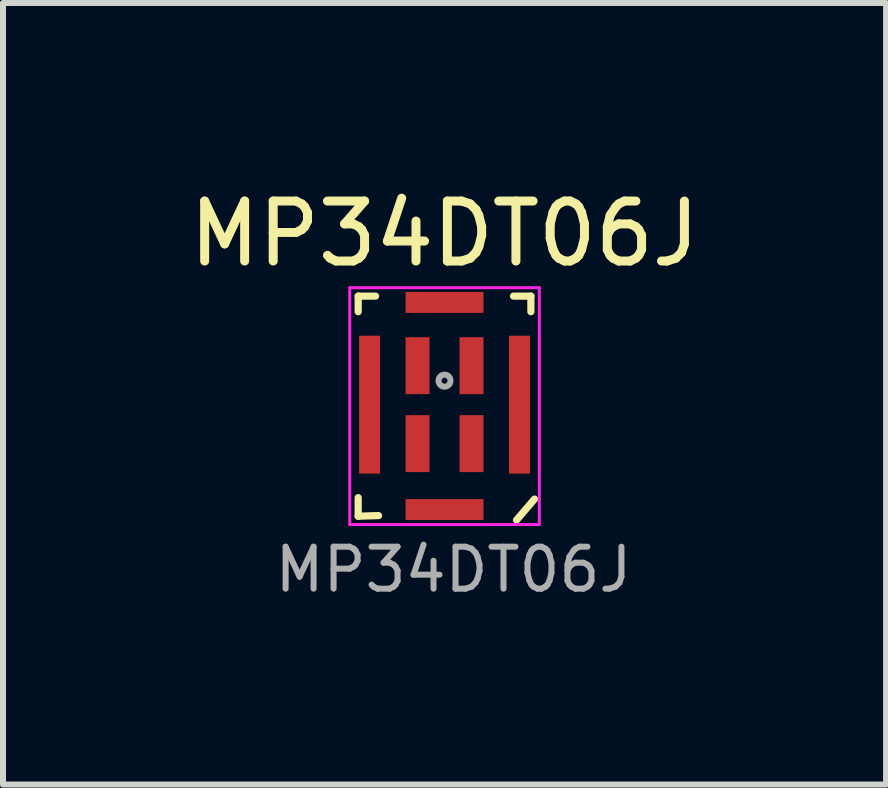
<source format=kicad_pcb>
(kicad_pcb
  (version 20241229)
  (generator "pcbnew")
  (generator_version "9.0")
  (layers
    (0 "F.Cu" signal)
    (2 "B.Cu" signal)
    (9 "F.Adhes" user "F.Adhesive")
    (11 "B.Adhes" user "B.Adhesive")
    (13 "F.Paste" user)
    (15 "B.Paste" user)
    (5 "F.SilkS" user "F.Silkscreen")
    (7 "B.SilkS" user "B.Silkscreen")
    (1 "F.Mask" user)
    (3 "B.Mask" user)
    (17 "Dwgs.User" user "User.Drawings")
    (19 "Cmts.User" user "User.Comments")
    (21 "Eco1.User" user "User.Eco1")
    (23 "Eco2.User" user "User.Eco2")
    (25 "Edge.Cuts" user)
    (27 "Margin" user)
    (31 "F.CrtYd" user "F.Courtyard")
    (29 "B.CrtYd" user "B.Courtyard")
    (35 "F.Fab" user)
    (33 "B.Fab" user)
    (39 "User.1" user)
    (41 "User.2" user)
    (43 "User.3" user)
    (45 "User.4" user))
  (footprint "MP34DT06J"
    (layer "F.Cu")
    (at 4.363 3.748)
    (property "Reference" "MP34DT06J" (at 0 -2.9 180) (layer "F.SilkS") (effects (font (size 1 1) (thickness 0.15))))
    (attr smd)
    (fp_line (start -1.44 -1.86) (end -1.44 -1.6) (stroke (width 0.12) (type solid)) (layer "F.SilkS"))
    (fp_line (start -1.44 1.5) (end -1.44 1.81) (stroke (width 0.12) (type solid)) (layer "F.SilkS"))
    (fp_line (start -1.15 -1.86) (end -1.44 -1.86) (stroke (width 0.12) (type solid)) (layer "F.SilkS"))
    (fp_line (start -1.1 1.8) (end -1.44 1.81) (stroke (width 0.12) (type solid)) (layer "F.SilkS"))
    (fp_line (start 1.44 -1.86) (end 1.15 -1.86) (stroke (width 0.12) (type solid)) (layer "F.SilkS"))
    (fp_line (start 1.44 -1.86) (end 1.44 -1.6) (stroke (width 0.12) (type solid)) (layer "F.SilkS"))
    (fp_line (start 1.5 1.525) (end 1.2 1.875) (stroke (width 0.12) (type solid)) (layer "F.SilkS"))
    (fp_line (start -1.58 -2) (end 1.58 -2) (stroke (width 0.05) (type solid)) (layer "F.CrtYd"))
    (fp_line (start -1.58 1.95) (end -1.58 -2) (stroke (width 0.05) (type solid)) (layer "F.CrtYd"))
    (fp_line (start 1.58 -2) (end 1.58 1.95) (stroke (width 0.05) (type solid)) (layer "F.CrtYd"))
    (fp_line (start 1.58 1.95) (end -1.58 1.95) (stroke (width 0.05) (type solid)) (layer "F.CrtYd"))
    (fp_circle (center 0 -0.45) (end 0.1 -0.45) (stroke (width 0.1) (type solid)) (fill no) (layer "F.Fab"))
    (fp_text user "${REFERENCE}" (at 0.15 2.7 180) (layer "F.Fab") (effects (font (size 0.7 0.7) (thickness 0.1))))
    (pad "1" smd rect (at 0.45 0.6 90) (size 0.95 0.4) (layers "F.Cu" "F.Mask" "F.Paste"))
    (pad "2" smd rect (at 0.45 -0.7 90) (size 0.95 0.4) (layers "F.Cu" "F.Mask" "F.Paste"))
    (pad "3" smd rect (at -0.45 -0.7 90) (size 0.95 0.4) (layers "F.Cu" "F.Mask" "F.Paste"))
    (pad "4" smd rect (at -0.45 0.6 90) (size 0.95 0.4) (layers "F.Cu" "F.Mask" "F.Paste"))
    (pad "5" smd rect (at -1.25 -0.05 90) (size 2.3 0.35) (layers "F.Cu" "F.Mask" "F.Paste"))
    (pad "5" smd rect (at 0 -1.755) (size 1.3 0.35) (layers "F.Cu" "F.Mask" "F.Paste"))
    (pad "5" smd rect (at 0 1.7) (size 1.3 0.35) (layers "F.Cu" "F.Mask" "F.Paste"))
    (pad "5" smd rect (at 1.25 -0.05 90) (size 2.3 0.35) (layers "F.Cu" "F.Mask" "F.Paste")))
  (gr_rect
    (start -3 -3)
    (end 11.726 10.033)
    (stroke (width 0.1) (type default))
    (fill no)
    (layer "Edge.Cuts")))
</source>
